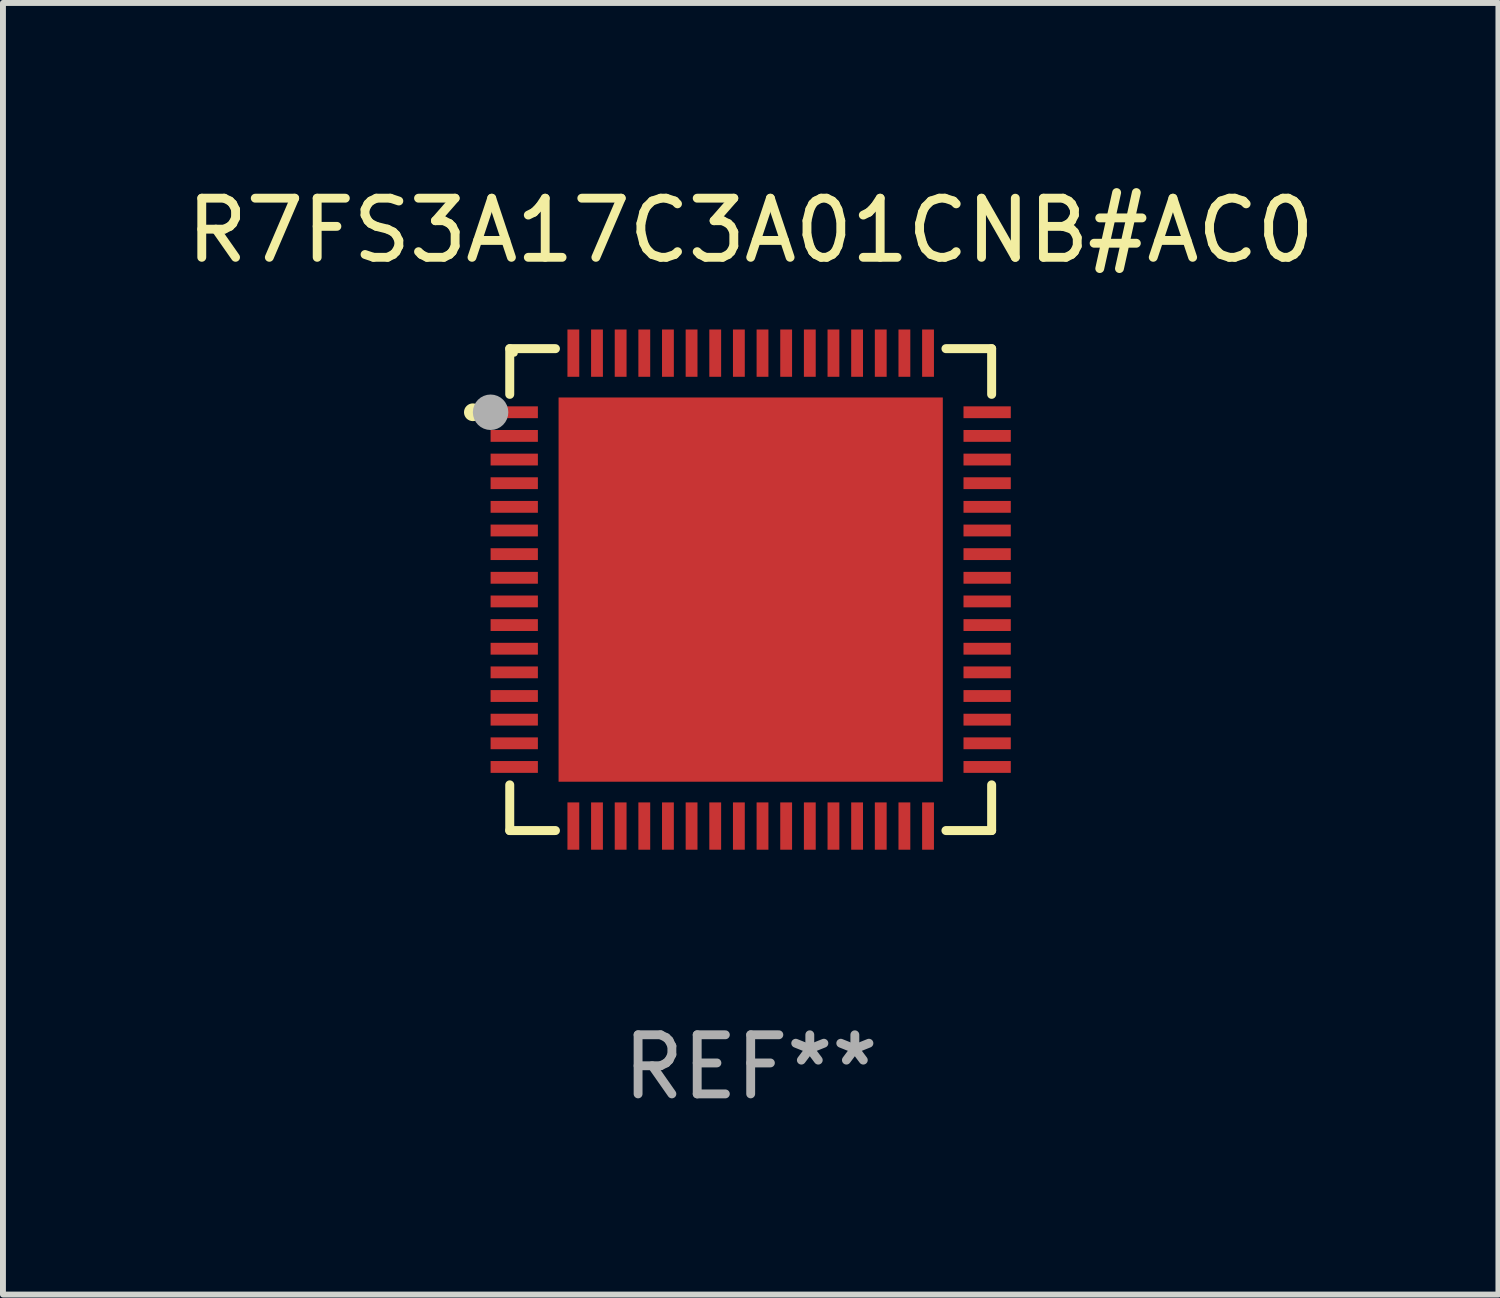
<source format=kicad_pcb>
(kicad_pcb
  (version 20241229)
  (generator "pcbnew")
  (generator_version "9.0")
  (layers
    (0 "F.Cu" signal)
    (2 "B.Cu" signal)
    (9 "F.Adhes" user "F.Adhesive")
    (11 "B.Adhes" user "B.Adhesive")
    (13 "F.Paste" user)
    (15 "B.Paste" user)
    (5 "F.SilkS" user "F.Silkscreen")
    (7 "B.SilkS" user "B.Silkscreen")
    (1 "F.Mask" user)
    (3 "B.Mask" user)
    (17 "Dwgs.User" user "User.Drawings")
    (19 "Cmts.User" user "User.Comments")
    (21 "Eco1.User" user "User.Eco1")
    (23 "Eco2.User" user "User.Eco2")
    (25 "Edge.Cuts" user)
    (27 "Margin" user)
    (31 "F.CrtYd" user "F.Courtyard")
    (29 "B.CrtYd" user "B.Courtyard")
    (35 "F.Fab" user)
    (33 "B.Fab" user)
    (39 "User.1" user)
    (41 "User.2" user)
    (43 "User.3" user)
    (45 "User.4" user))
  (footprint "R7FS3A17C3A01CNB#AC0"
    (layer "F.Cu")
    (at 9.649 6.924)
    (property "Reference" "R7FS3A17C3A01CNB#AC0" (at 0 -6.076 0) (layer "F.SilkS") (effects (font (size 1 1) (thickness 0.15))))
    (attr through_hole)
    (fp_line (start -4.076 -4.076) (end -3.303 -4.076) (stroke (width 0.152) (type solid)) (layer "F.SilkS"))
    (fp_line (start -4.076 -3.303) (end -4.076 -4.076) (stroke (width 0.152) (type solid)) (layer "F.SilkS"))
    (fp_line (start -4.076 3.303) (end -4.076 4.076) (stroke (width 0.152) (type solid)) (layer "F.SilkS"))
    (fp_line (start -4.076 4.076) (end -3.303 4.076) (stroke (width 0.152) (type solid)) (layer "F.SilkS"))
    (fp_line (start 4.076 -4.076) (end 3.303 -4.076) (stroke (width 0.152) (type solid)) (layer "F.SilkS"))
    (fp_line (start 4.076 -3.303) (end 4.076 -4.076) (stroke (width 0.152) (type solid)) (layer "F.SilkS"))
    (fp_line (start 4.076 3.303) (end 4.076 4.076) (stroke (width 0.152) (type solid)) (layer "F.SilkS"))
    (fp_line (start 4.076 4.076) (end 3.303 4.076) (stroke (width 0.152) (type solid)) (layer "F.SilkS"))
    (fp_circle (center -4.7 -3) (end -4.625 -3) (stroke (width 0.15) (type solid)) (fill no) (layer "F.SilkS"))
    (fp_circle (center -4 -4) (end -3.97 -4) (stroke (width 0.06) (type solid)) (fill no) (layer "F.SilkS"))
    (fp_circle (center -4.4 -3) (end -4.25 -3) (stroke (width 0.3) (type solid)) (fill no) (layer "F.Fab"))
    (fp_text user "REF**" (at 0 8.076 0) (layer "F.Fab") (effects (font (size 1 1) (thickness 0.15))))
    (pad "1" smd rect (at -4 -3) (size 0.8 0.2) (layers "F.Cu" "F.Mask" "F.Paste"))
    (pad "2" smd rect (at -4 -2.6) (size 0.8 0.2) (layers "F.Cu" "F.Mask" "F.Paste"))
    (pad "3" smd rect (at -4 -2.2) (size 0.8 0.2) (layers "F.Cu" "F.Mask" "F.Paste"))
    (pad "4" smd rect (at -4 -1.8) (size 0.8 0.2) (layers "F.Cu" "F.Mask" "F.Paste"))
    (pad "5" smd rect (at -4 -1.4) (size 0.8 0.2) (layers "F.Cu" "F.Mask" "F.Paste"))
    (pad "6" smd rect (at -4 -1) (size 0.8 0.2) (layers "F.Cu" "F.Mask" "F.Paste"))
    (pad "7" smd rect (at -4 -0.6) (size 0.8 0.2) (layers "F.Cu" "F.Mask" "F.Paste"))
    (pad "8" smd rect (at -4 -0.2) (size 0.8 0.2) (layers "F.Cu" "F.Mask" "F.Paste"))
    (pad "9" smd rect (at -4 0.2) (size 0.8 0.2) (layers "F.Cu" "F.Mask" "F.Paste"))
    (pad "10" smd rect (at -4 0.6) (size 0.8 0.2) (layers "F.Cu" "F.Mask" "F.Paste"))
    (pad "11" smd rect (at -4 1) (size 0.8 0.2) (layers "F.Cu" "F.Mask" "F.Paste"))
    (pad "12" smd rect (at -4 1.4) (size 0.8 0.2) (layers "F.Cu" "F.Mask" "F.Paste"))
    (pad "13" smd rect (at -4 1.8) (size 0.8 0.2) (layers "F.Cu" "F.Mask" "F.Paste"))
    (pad "14" smd rect (at -4 2.2) (size 0.8 0.2) (layers "F.Cu" "F.Mask" "F.Paste"))
    (pad "15" smd rect (at -4 2.6) (size 0.8 0.2) (layers "F.Cu" "F.Mask" "F.Paste"))
    (pad "16" smd rect (at -4 3) (size 0.8 0.2) (layers "F.Cu" "F.Mask" "F.Paste"))
    (pad "17" smd rect (at -3 4) (size 0.2 0.8) (layers "F.Cu" "F.Mask" "F.Paste"))
    (pad "18" smd rect (at -2.6 4) (size 0.2 0.8) (layers "F.Cu" "F.Mask" "F.Paste"))
    (pad "19" smd rect (at -2.2 4) (size 0.2 0.8) (layers "F.Cu" "F.Mask" "F.Paste"))
    (pad "20" smd rect (at -1.8 4) (size 0.2 0.8) (layers "F.Cu" "F.Mask" "F.Paste"))
    (pad "21" smd rect (at -1.4 4) (size 0.2 0.8) (layers "F.Cu" "F.Mask" "F.Paste"))
    (pad "22" smd rect (at -1 4) (size 0.2 0.8) (layers "F.Cu" "F.Mask" "F.Paste"))
    (pad "23" smd rect (at -0.6 4) (size 0.2 0.8) (layers "F.Cu" "F.Mask" "F.Paste"))
    (pad "24" smd rect (at -0.2 4) (size 0.2 0.8) (layers "F.Cu" "F.Mask" "F.Paste"))
    (pad "25" smd rect (at 0.2 4) (size 0.2 0.8) (layers "F.Cu" "F.Mask" "F.Paste"))
    (pad "26" smd rect (at 0.6 4) (size 0.2 0.8) (layers "F.Cu" "F.Mask" "F.Paste"))
    (pad "27" smd rect (at 1 4) (size 0.2 0.8) (layers "F.Cu" "F.Mask" "F.Paste"))
    (pad "28" smd rect (at 1.4 4) (size 0.2 0.8) (layers "F.Cu" "F.Mask" "F.Paste"))
    (pad "29" smd rect (at 1.8 4) (size 0.2 0.8) (layers "F.Cu" "F.Mask" "F.Paste"))
    (pad "30" smd rect (at 2.2 4) (size 0.2 0.8) (layers "F.Cu" "F.Mask" "F.Paste"))
    (pad "31" smd rect (at 2.6 4) (size 0.2 0.8) (layers "F.Cu" "F.Mask" "F.Paste"))
    (pad "32" smd rect (at 3 4) (size 0.2 0.8) (layers "F.Cu" "F.Mask" "F.Paste"))
    (pad "33" smd rect (at 4 3) (size 0.8 0.2) (layers "F.Cu" "F.Mask" "F.Paste"))
    (pad "34" smd rect (at 4 2.6) (size 0.8 0.2) (layers "F.Cu" "F.Mask" "F.Paste"))
    (pad "35" smd rect (at 4 2.2) (size 0.8 0.2) (layers "F.Cu" "F.Mask" "F.Paste"))
    (pad "36" smd rect (at 4 1.8) (size 0.8 0.2) (layers "F.Cu" "F.Mask" "F.Paste"))
    (pad "37" smd rect (at 4 1.4) (size 0.8 0.2) (layers "F.Cu" "F.Mask" "F.Paste"))
    (pad "38" smd rect (at 4 1) (size 0.8 0.2) (layers "F.Cu" "F.Mask" "F.Paste"))
    (pad "39" smd rect (at 4 0.6) (size 0.8 0.2) (layers "F.Cu" "F.Mask" "F.Paste"))
    (pad "40" smd rect (at 4 0.2) (size 0.8 0.2) (layers "F.Cu" "F.Mask" "F.Paste"))
    (pad "41" smd rect (at 4 -0.2) (size 0.8 0.2) (layers "F.Cu" "F.Mask" "F.Paste"))
    (pad "42" smd rect (at 4 -0.6) (size 0.8 0.2) (layers "F.Cu" "F.Mask" "F.Paste"))
    (pad "43" smd rect (at 4 -1) (size 0.8 0.2) (layers "F.Cu" "F.Mask" "F.Paste"))
    (pad "44" smd rect (at 4 -1.4) (size 0.8 0.2) (layers "F.Cu" "F.Mask" "F.Paste"))
    (pad "45" smd rect (at 4 -1.8) (size 0.8 0.2) (layers "F.Cu" "F.Mask" "F.Paste"))
    (pad "46" smd rect (at 4 -2.2) (size 0.8 0.2) (layers "F.Cu" "F.Mask" "F.Paste"))
    (pad "47" smd rect (at 4 -2.6) (size 0.8 0.2) (layers "F.Cu" "F.Mask" "F.Paste"))
    (pad "48" smd rect (at 4 -3) (size 0.8 0.2) (layers "F.Cu" "F.Mask" "F.Paste"))
    (pad "49" smd rect (at 3 -4) (size 0.2 0.8) (layers "F.Cu" "F.Mask" "F.Paste"))
    (pad "50" smd rect (at 2.6 -4) (size 0.2 0.8) (layers "F.Cu" "F.Mask" "F.Paste"))
    (pad "51" smd rect (at 2.2 -4) (size 0.2 0.8) (layers "F.Cu" "F.Mask" "F.Paste"))
    (pad "52" smd rect (at 1.8 -4) (size 0.2 0.8) (layers "F.Cu" "F.Mask" "F.Paste"))
    (pad "53" smd rect (at 1.4 -4) (size 0.2 0.8) (layers "F.Cu" "F.Mask" "F.Paste"))
    (pad "54" smd rect (at 1 -4) (size 0.2 0.8) (layers "F.Cu" "F.Mask" "F.Paste"))
    (pad "55" smd rect (at 0.6 -4) (size 0.2 0.8) (layers "F.Cu" "F.Mask" "F.Paste"))
    (pad "56" smd rect (at 0.2 -4) (size 0.2 0.8) (layers "F.Cu" "F.Mask" "F.Paste"))
    (pad "57" smd rect (at -0.2 -4) (size 0.2 0.8) (layers "F.Cu" "F.Mask" "F.Paste"))
    (pad "58" smd rect (at -0.6 -4) (size 0.2 0.8) (layers "F.Cu" "F.Mask" "F.Paste"))
    (pad "59" smd rect (at -1 -4) (size 0.2 0.8) (layers "F.Cu" "F.Mask" "F.Paste"))
    (pad "60" smd rect (at -1.4 -4) (size 0.2 0.8) (layers "F.Cu" "F.Mask" "F.Paste"))
    (pad "61" smd rect (at -1.8 -4) (size 0.2 0.8) (layers "F.Cu" "F.Mask" "F.Paste"))
    (pad "62" smd rect (at -2.2 -4) (size 0.2 0.8) (layers "F.Cu" "F.Mask" "F.Paste"))
    (pad "63" smd rect (at -2.6 -4) (size 0.2 0.8) (layers "F.Cu" "F.Mask" "F.Paste"))
    (pad "64" smd rect (at -3 -4) (size 0.2 0.8) (layers "F.Cu" "F.Mask" "F.Paste"))
    (pad "65" smd rect (at 0 0) (size 6.5 6.5) (layers "F.Cu" "F.Mask" "F.Paste")))
  (gr_rect
    (start -3 -3)
    (end 22.298 18.849)
    (stroke (width 0.1) (type default))
    (fill no)
    (layer "Edge.Cuts")))
</source>
